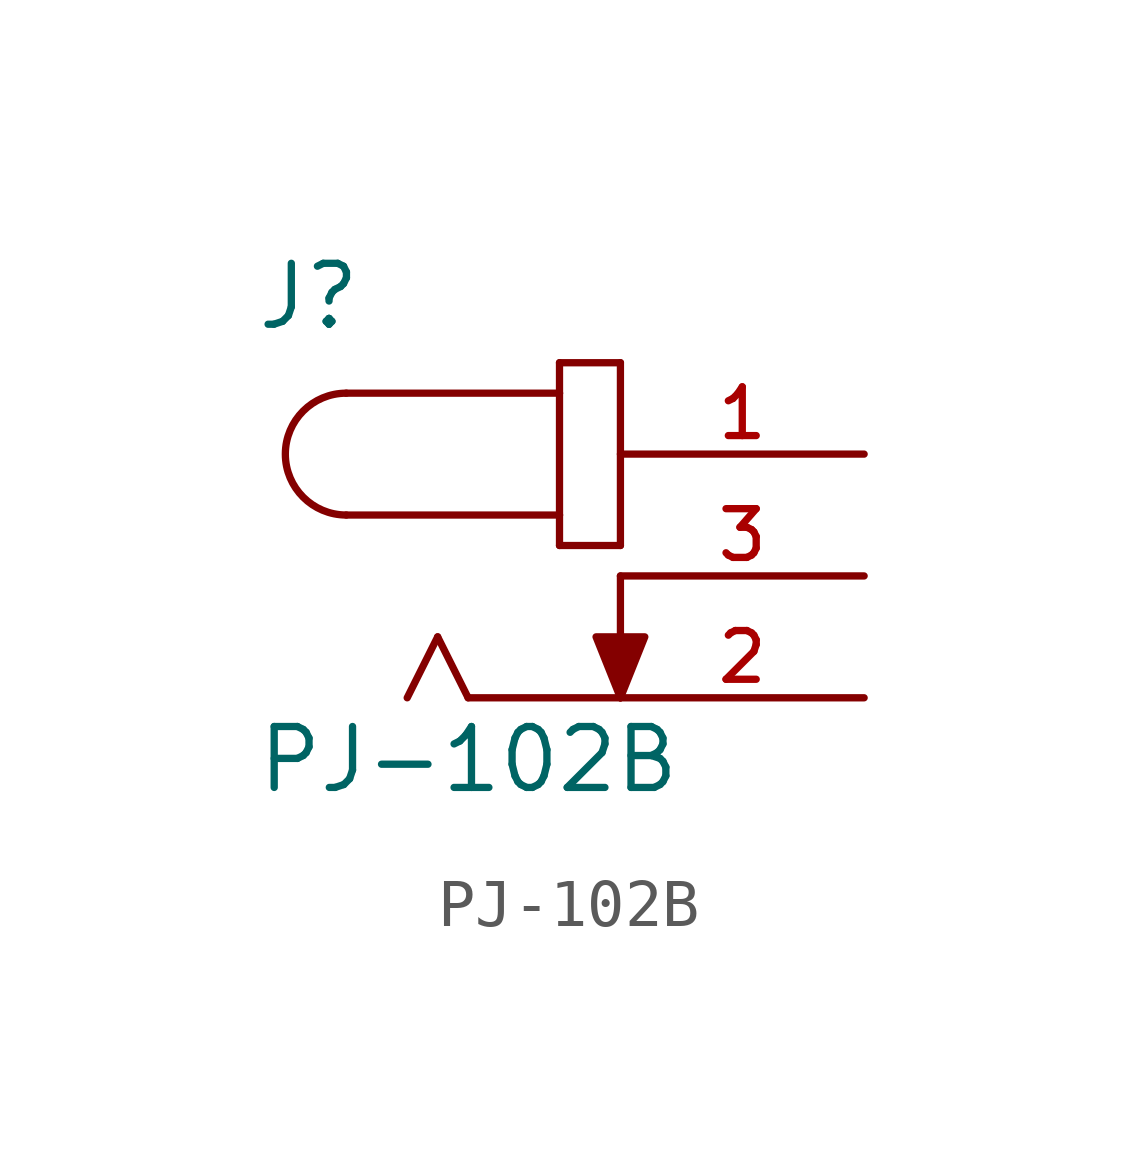
<source format=kicad_sym>
(kicad_symbol_lib
  (version 20241209)
  (generator "kicad_symbol_editor")
  (generator_version "9.0")
  (symbol "PJ-102B"
    (pin_names
      (offset 1.016))
    (property "Reference" "J"
      (at -7.626 5.084 0)
      (effects (font (size 1.27 1.27)) (justify left bottom)))
    (property "Value" "PJ-102B"
      (at -7.62 -4.572 0)
      (effects (font (size 1.27 1.27)) (justify left bottom)))
    (symbol "PJ-102B_0_0"
      (polyline (pts (xy -5.715 3.81) (xy -1.27 3.81)) (stroke (width 0.152) (type default)) (fill (type none)))
      (arc (start -5.715 1.27) (mid -6.9795 2.54) (end -5.715 3.81) (stroke (width 0.1524) (type default)) (fill (type none)))
      (polyline (pts (xy -3.81 -1.27) (xy -4.445 -2.54)) (stroke (width 0.152) (type default)) (fill (type none)))
      (polyline (pts (xy -3.175 -2.54) (xy -3.81 -1.27)) (stroke (width 0.152) (type default)) (fill (type none)))
      (polyline (pts (xy -1.27 4.445) (xy -1.27 3.81)) (stroke (width 0.152) (type default)) (fill (type none)))
      (polyline (pts (xy -1.27 3.81) (xy -1.27 1.27)) (stroke (width 0.152) (type default)) (fill (type none)))
      (polyline (pts (xy -1.27 1.27) (xy -5.715 1.27)) (stroke (width 0.152) (type default)) (fill (type none)))
      (polyline (pts (xy -1.27 1.27) (xy -1.27 0.635)) (stroke (width 0.152) (type default)) (fill (type none)))
      (polyline (pts (xy -1.27 0.635) (xy 0 0.635)) (stroke (width 0.152) (type default)) (fill (type none)))
      (polyline (pts (xy 0 4.445) (xy -1.27 4.445)) (stroke (width 0.152) (type default)) (fill (type none)))
      (polyline (pts (xy 0 0.635) (xy 0 4.445)) (stroke (width 0.152) (type default)) (fill (type none)))
      (polyline (pts (xy 0 0) (xy 0 -2.54)) (stroke (width 0.152) (type default)) (fill (type none)))
      (polyline (pts (xy 0 -2.54) (xy -3.175 -2.54)) (stroke (width 0.152) (type default)) (fill (type none)))
      (polyline (pts (xy 0 -2.54) (xy -0.508 -1.27) (xy 0.508 -1.27) (xy 0 -2.54)) (stroke (width 0.152) (type default)) (fill (type outline)))
      (pin passive line (at 5.08 2.54 180) (length 5.08) (name "~" (effects (font (size 1.016 1.016)))) (number "1" (effects (font (size 1.016 1.016)))))
      (pin passive line (at 5.08 0 180) (length 5.08) (name "~" (effects (font (size 1.016 1.016)))) (number "3" (effects (font (size 1.016 1.016)))))
      (pin passive line (at 5.08 -2.54 180) (length 5.08) (name "~" (effects (font (size 1.016 1.016)))) (number "2" (effects (font (size 1.016 1.016))))))))
</source>
